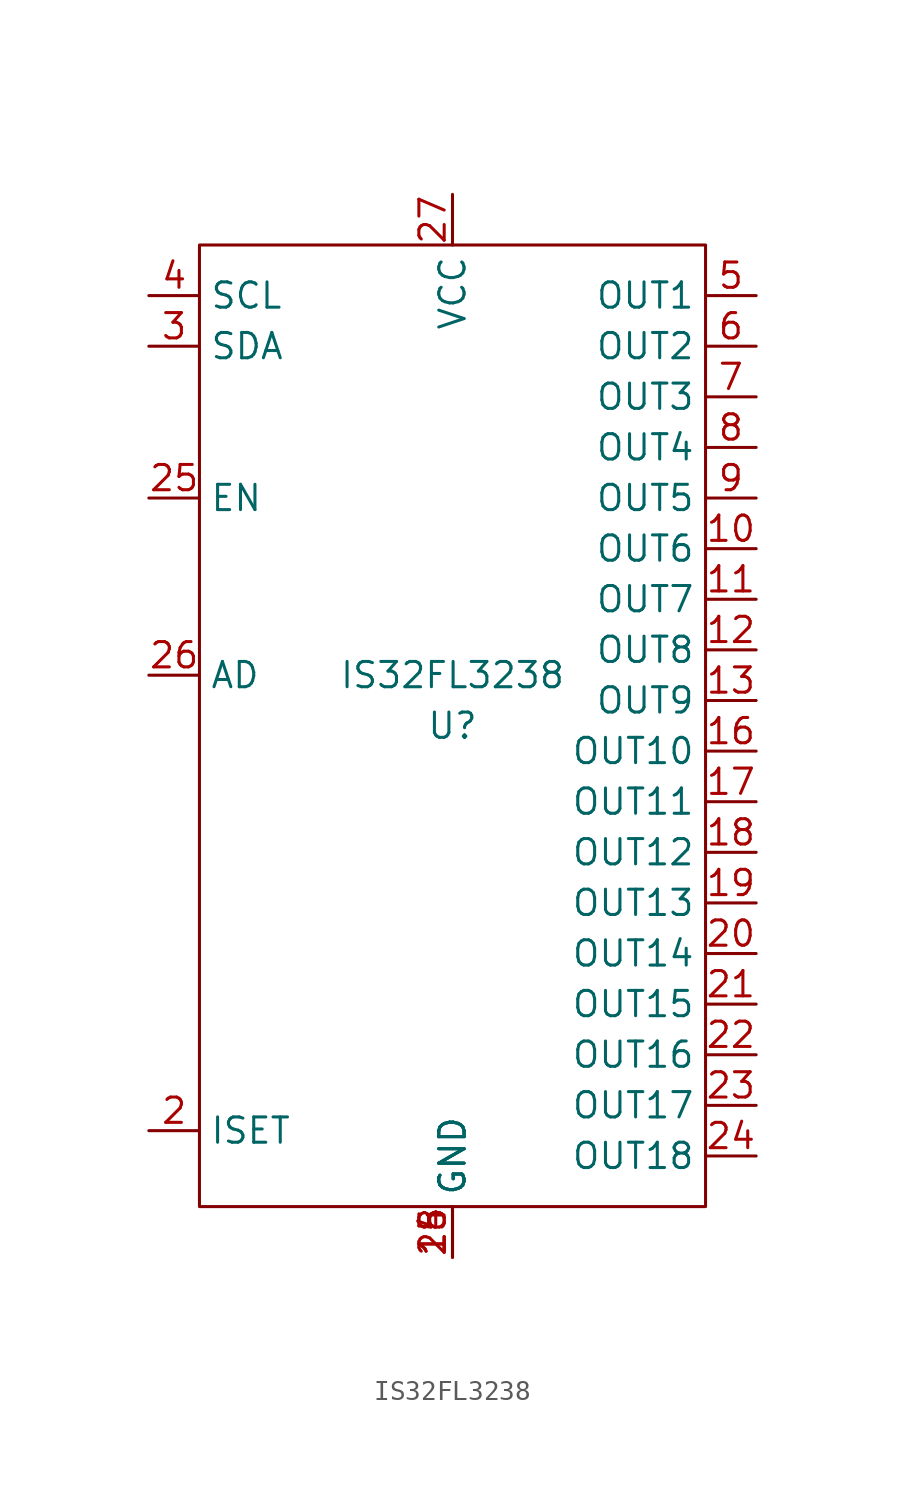
<source format=kicad_sym>
(kicad_symbol_lib
  (version 20211014)
  (generator kicad_symbol_editor)
  (symbol "IS32FL3238"
    (property "Reference" "U"
      (at 0 -1.27 0)
      (effects (font (size 1.27 1.27))))
    (property "Value" "IS32FL3238"
      (at 0 1.27 0)
      (effects (font (size 1.27 1.27))))
    (symbol "IS32FL3238_0_1"
      (rectangle (start -12.7 22.86) (end 12.7 -25.4) (stroke (width 0.152) (type default) (color 0 0 0 0)) (fill (type none))))
    (symbol "IS32FL3238_1_1"
      (pin input line (at 15.24 7.62 180) (length 2.54) (name "OUT6" (effects (font (size 1.27 1.27)))) (number "10" (effects (font (size 1.27 1.27)))))
      (pin input line (at 15.24 5.08 180) (length 2.54) (name "OUT7" (effects (font (size 1.27 1.27)))) (number "11" (effects (font (size 1.27 1.27)))))
      (pin input line (at 15.24 2.54 180) (length 2.54) (name "OUT8" (effects (font (size 1.27 1.27)))) (number "12" (effects (font (size 1.27 1.27)))))
      (pin input line (at 15.24 0 180) (length 2.54) (name "OUT9" (effects (font (size 1.27 1.27)))) (number "13" (effects (font (size 1.27 1.27)))))
      (pin power_out line (at 0 -27.94 90) (length 2.54) (name "GND" (effects (font (size 1.27 1.27)))) (number "14" (effects (font (size 1.27 1.27)))))
      (pin power_out line (at 0 -27.94 90) (length 2.54) (name "GND" (effects (font (size 1.27 1.27)))) (number "15" (effects (font (size 1.27 1.27)))))
      (pin input line (at 15.24 -2.54 180) (length 2.54) (name "OUT10" (effects (font (size 1.27 1.27)))) (number "16" (effects (font (size 1.27 1.27)))))
      (pin input line (at 15.24 -5.08 180) (length 2.54) (name "OUT11" (effects (font (size 1.27 1.27)))) (number "17" (effects (font (size 1.27 1.27)))))
      (pin input line (at 15.24 -7.62 180) (length 2.54) (name "OUT12" (effects (font (size 1.27 1.27)))) (number "18" (effects (font (size 1.27 1.27)))))
      (pin input line (at 15.24 -10.16 180) (length 2.54) (name "OUT13" (effects (font (size 1.27 1.27)))) (number "19" (effects (font (size 1.27 1.27)))))
      (pin output line (at -15.24 -21.59 0) (length 2.54) (name "ISET" (effects (font (size 1.27 1.27)))) (number "2" (effects (font (size 1.27 1.27)))))
      (pin input line (at 15.24 -12.7 180) (length 2.54) (name "OUT14" (effects (font (size 1.27 1.27)))) (number "20" (effects (font (size 1.27 1.27)))))
      (pin input line (at 15.24 -15.24 180) (length 2.54) (name "OUT15" (effects (font (size 1.27 1.27)))) (number "21" (effects (font (size 1.27 1.27)))))
      (pin input line (at 15.24 -17.78 180) (length 2.54) (name "OUT16" (effects (font (size 1.27 1.27)))) (number "22" (effects (font (size 1.27 1.27)))))
      (pin input line (at 15.24 -20.32 180) (length 2.54) (name "OUT17" (effects (font (size 1.27 1.27)))) (number "23" (effects (font (size 1.27 1.27)))))
      (pin input line (at 15.24 -22.86 180) (length 2.54) (name "OUT18" (effects (font (size 1.27 1.27)))) (number "24" (effects (font (size 1.27 1.27)))))
      (pin input line (at -15.24 10.16 0) (length 2.54) (name "EN" (effects (font (size 1.27 1.27)))) (number "25" (effects (font (size 1.27 1.27)))))
      (pin input line (at -15.24 1.27 0) (length 2.54) (name "AD" (effects (font (size 1.27 1.27)))) (number "26" (effects (font (size 1.27 1.27)))))
      (pin power_in line (at 0 25.4 270) (length 2.54) (name "VCC" (effects (font (size 1.27 1.27)))) (number "27" (effects (font (size 1.27 1.27)))))
      (pin power_out line (at 0 -27.94 90) (length 2.54) (name "GND" (effects (font (size 1.27 1.27)))) (number "28" (effects (font (size 1.27 1.27)))))
      (pin input line (at -15.24 17.78 0) (length 2.54) (name "SDA" (effects (font (size 1.27 1.27)))) (number "3" (effects (font (size 1.27 1.27)))))
      (pin input line (at -15.24 20.32 0) (length 2.54) (name "SCL" (effects (font (size 1.27 1.27)))) (number "4" (effects (font (size 1.27 1.27)))))
      (pin input line (at 15.24 20.32 180) (length 2.54) (name "OUT1" (effects (font (size 1.27 1.27)))) (number "5" (effects (font (size 1.27 1.27)))))
      (pin input line (at 15.24 17.78 180) (length 2.54) (name "OUT2" (effects (font (size 1.27 1.27)))) (number "6" (effects (font (size 1.27 1.27)))))
      (pin input line (at 15.24 15.24 180) (length 2.54) (name "OUT3" (effects (font (size 1.27 1.27)))) (number "7" (effects (font (size 1.27 1.27)))))
      (pin input line (at 15.24 12.7 180) (length 2.54) (name "OUT4" (effects (font (size 1.27 1.27)))) (number "8" (effects (font (size 1.27 1.27)))))
      (pin input line (at 15.24 10.16 180) (length 2.54) (name "OUT5" (effects (font (size 1.27 1.27)))) (number "9" (effects (font (size 1.27 1.27))))))))
</source>
